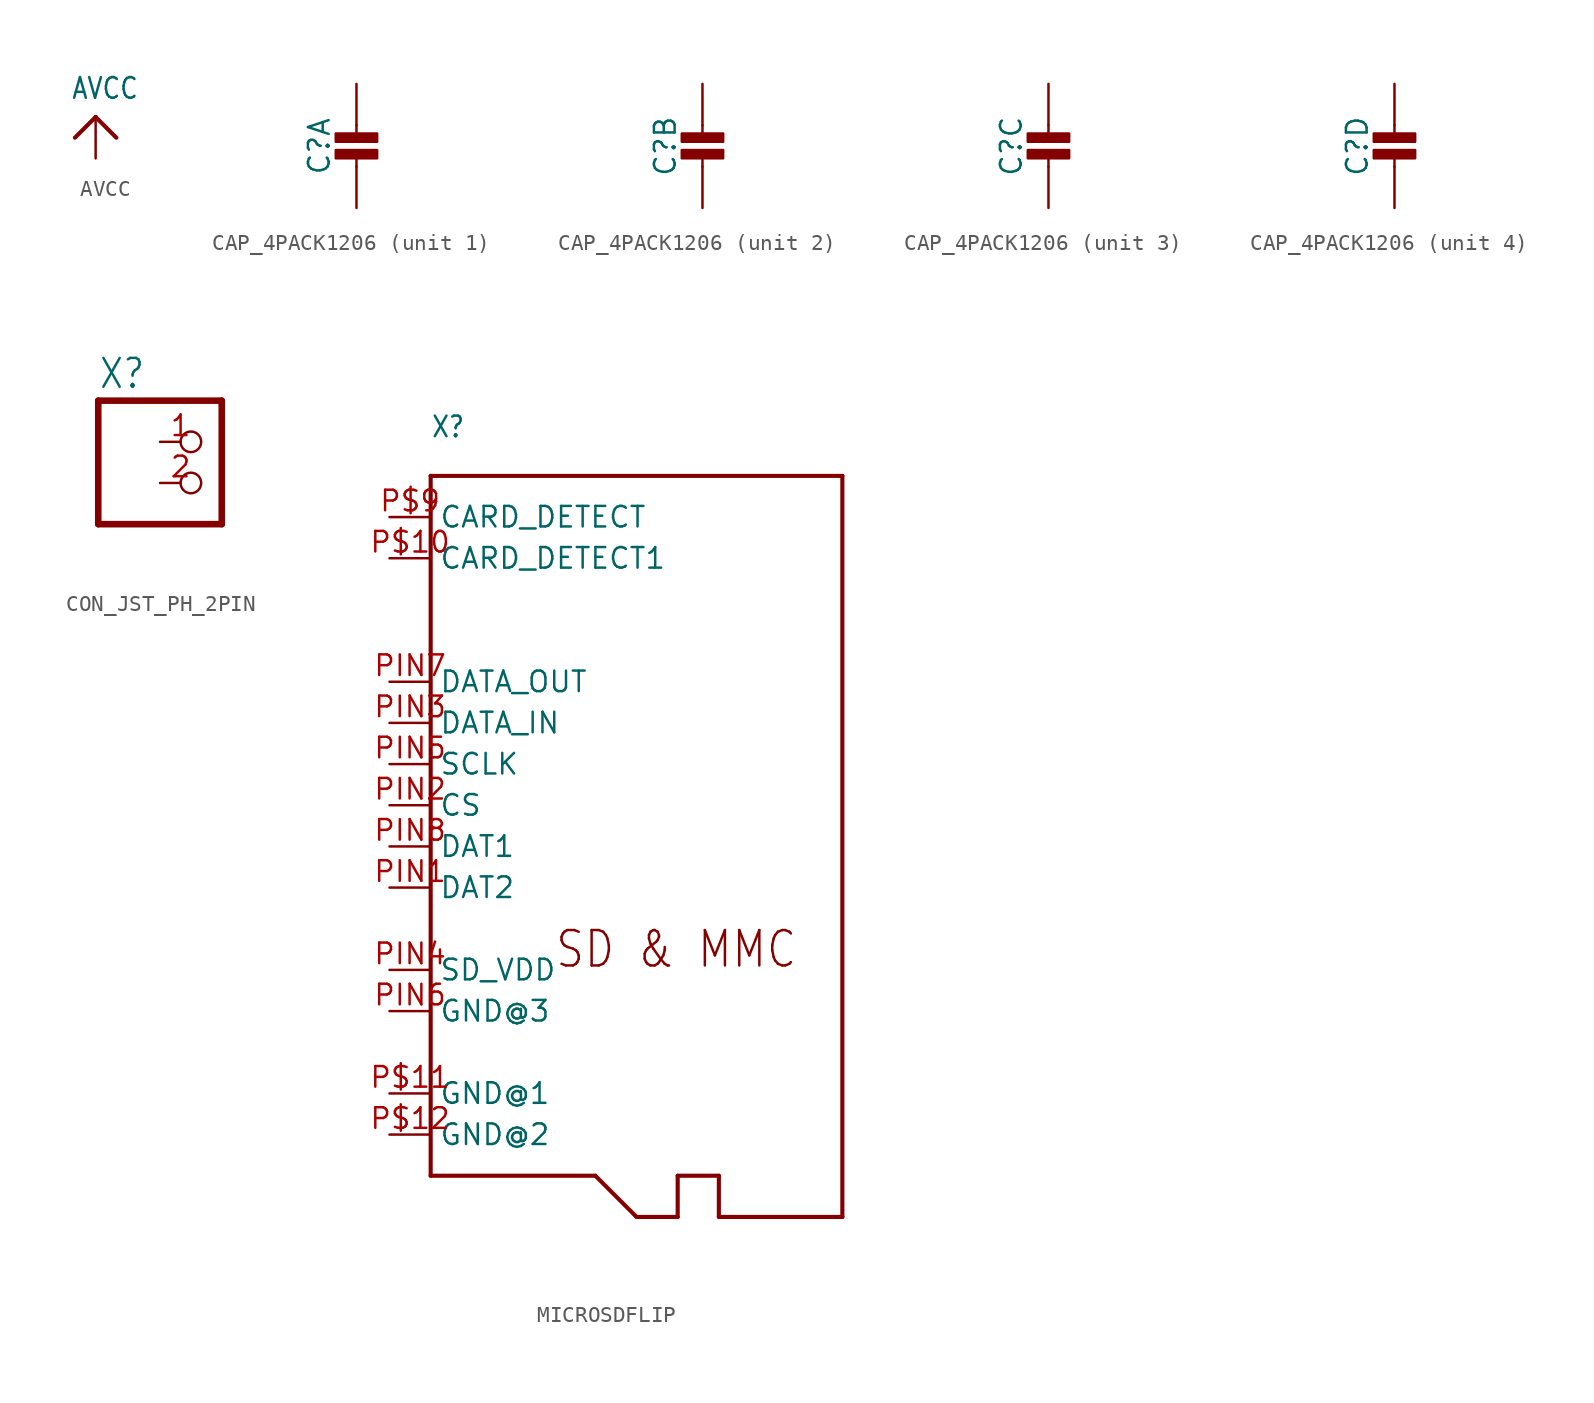
<source format=kicad_sym>
(kicad_symbol_lib
  (version 20220914)
  (generator kicad_symbol_editor)
  (symbol "AVCC"
    (power)
    (property "Reference" ""
      (at 0 0 0)
      (effects (font (size 1.27 1.27)) hide))
    (property "Value" "AVCC"
      (at -1.524 1.016 0)
      (effects (font (size 1.27 1.079)) (justify left bottom)))
    (property "ki_locked" ""
      (at 0 0 0)
      (effects (font (size 1.27 1.27))))
    (symbol "AVCC_1_0"
      (polyline (pts (xy -1.27 -1.27) (xy 0 0)) (stroke (width 0.254) (type solid)) (fill (type none)))
      (polyline (pts (xy 0 0) (xy 1.27 -1.27)) (stroke (width 0.254) (type solid)) (fill (type none)))
      (pin power_in line (at 0 -2.54 90) (length 2.54) (name "AVCC" (effects (font (size 0 0)))) (number "1" (effects (font (size 0 0)))))))
  (symbol "CAP_4PACK1206"
    (property "Reference" "C"
      (at -2.29 1.25 90)
      (effects (font (size 1.27 1.27))))
    (property "Value" ""
      (at 2.3 1.25 90)
      (effects (font (size 1.27 1.27))))
    (property "ki_locked" ""
      (at 0 0 0)
      (effects (font (size 1.27 1.27))))
    (symbol "CAP_4PACK1206_1_0"
      (rectangle (start -1.27 0.508) (end 1.27 1.016) (stroke (width 0) (type default)) (fill (type outline)))
      (rectangle (start -1.27 1.524) (end 1.27 2.032) (stroke (width 0) (type default)) (fill (type outline)))
      (polyline (pts (xy 0 0.762) (xy 0 0)) (stroke (width 0.152) (type solid)) (fill (type none)))
      (polyline (pts (xy 0 2.54) (xy 0 1.778)) (stroke (width 0.152) (type solid)) (fill (type none)))
      (pin passive line (at 0 5.08 270) (length 2.54) (name "1" (effects (font (size 0 0)))) (number "4" (effects (font (size 0 0)))))
      (pin passive line (at 0 -2.54 90) (length 2.54) (name "2" (effects (font (size 0 0)))) (number "5" (effects (font (size 0 0))))))
    (symbol "CAP_4PACK1206_2_0"
      (rectangle (start -1.27 0.508) (end 1.27 1.016) (stroke (width 0) (type default)) (fill (type outline)))
      (rectangle (start -1.27 1.524) (end 1.27 2.032) (stroke (width 0) (type default)) (fill (type outline)))
      (polyline (pts (xy 0 0.762) (xy 0 0)) (stroke (width 0.152) (type solid)) (fill (type none)))
      (polyline (pts (xy 0 2.54) (xy 0 1.778)) (stroke (width 0.152) (type solid)) (fill (type none)))
      (pin passive line (at 0 5.08 270) (length 2.54) (name "1" (effects (font (size 0 0)))) (number "3" (effects (font (size 0 0)))))
      (pin passive line (at 0 -2.54 90) (length 2.54) (name "2" (effects (font (size 0 0)))) (number "6" (effects (font (size 0 0))))))
    (symbol "CAP_4PACK1206_3_0"
      (rectangle (start -1.27 0.508) (end 1.27 1.016) (stroke (width 0) (type default)) (fill (type outline)))
      (rectangle (start -1.27 1.524) (end 1.27 2.032) (stroke (width 0) (type default)) (fill (type outline)))
      (polyline (pts (xy 0 0.762) (xy 0 0)) (stroke (width 0.152) (type solid)) (fill (type none)))
      (polyline (pts (xy 0 2.54) (xy 0 1.778)) (stroke (width 0.152) (type solid)) (fill (type none)))
      (pin passive line (at 0 5.08 270) (length 2.54) (name "1" (effects (font (size 0 0)))) (number "2" (effects (font (size 0 0)))))
      (pin passive line (at 0 -2.54 90) (length 2.54) (name "2" (effects (font (size 0 0)))) (number "7" (effects (font (size 0 0))))))
    (symbol "CAP_4PACK1206_4_0"
      (rectangle (start -1.27 0.508) (end 1.27 1.016) (stroke (width 0) (type default)) (fill (type outline)))
      (rectangle (start -1.27 1.524) (end 1.27 2.032) (stroke (width 0) (type default)) (fill (type outline)))
      (polyline (pts (xy 0 0.762) (xy 0 0)) (stroke (width 0.152) (type solid)) (fill (type none)))
      (polyline (pts (xy 0 2.54) (xy 0 1.778)) (stroke (width 0.152) (type solid)) (fill (type none)))
      (pin passive line (at 0 5.08 270) (length 2.54) (name "1" (effects (font (size 0 0)))) (number "1" (effects (font (size 0 0)))))
      (pin passive line (at 0 -2.54 90) (length 2.54) (name "2" (effects (font (size 0 0)))) (number "8" (effects (font (size 0 0)))))))
  (symbol "CON_JST_PH_2PIN"
    (property "Reference" "X"
      (at -6.35 5.715 0)
      (effects (font (size 1.778 1.511)) (justify left bottom)))
    (property "Value" ""
      (at -6.35 -5.08 0)
      (effects (font (size 1.778 1.511)) (justify left bottom)))
    (property "ki_locked" ""
      (at 0 0 0)
      (effects (font (size 1.27 1.27))))
    (symbol "CON_JST_PH_2PIN_1_0"
      (polyline (pts (xy -6.35 -2.54) (xy 1.27 -2.54)) (stroke (width 0.406) (type solid)) (fill (type none)))
      (polyline (pts (xy -6.35 5.08) (xy -6.35 -2.54)) (stroke (width 0.406) (type solid)) (fill (type none)))
      (polyline (pts (xy 1.27 -2.54) (xy 1.27 5.08)) (stroke (width 0.406) (type solid)) (fill (type none)))
      (polyline (pts (xy 1.27 5.08) (xy -6.35 5.08)) (stroke (width 0.406) (type solid)) (fill (type none)))
      (pin passive inverted (at -2.54 2.54 0) (length 2.54) (name "1" (effects (font (size 0 0)))) (number "1" (effects (font (size 1.27 1.27)))))
      (pin passive inverted (at -2.54 0 0) (length 2.54) (name "2" (effects (font (size 0 0)))) (number "2" (effects (font (size 1.27 1.27)))))))
  (symbol "MICROSDFLIP"
    (property "Reference" "X"
      (at -12.7 22.606 0)
      (effects (font (size 1.27 1.079)) (justify left bottom)))
    (property "Value" ""
      (at -12.7 20.828 0)
      (effects (font (size 1.27 1.079)) (justify left bottom)))
    (property "ki_locked" ""
      (at 0 0 0)
      (effects (font (size 1.27 1.27))))
    (symbol "MICROSDFLIP_1_0"
      (polyline (pts (xy -12.7 -22.86) (xy -2.54 -22.86)) (stroke (width 0.254) (type solid)) (fill (type none)))
      (polyline (pts (xy -12.7 20.32) (xy -12.7 -22.86)) (stroke (width 0.254) (type solid)) (fill (type none)))
      (polyline (pts (xy -2.54 -22.86) (xy 0 -25.4)) (stroke (width 0.254) (type solid)) (fill (type none)))
      (polyline (pts (xy 0 -25.4) (xy 2.54 -25.4)) (stroke (width 0.254) (type solid)) (fill (type none)))
      (polyline (pts (xy 2.54 -25.4) (xy 2.54 -22.86)) (stroke (width 0.254) (type solid)) (fill (type none)))
      (polyline (pts (xy 2.54 -22.86) (xy 5.08 -22.86)) (stroke (width 0.254) (type solid)) (fill (type none)))
      (polyline (pts (xy 5.08 -25.4) (xy 12.7 -25.4)) (stroke (width 0.254) (type solid)) (fill (type none)))
      (polyline (pts (xy 5.08 -22.86) (xy 5.08 -25.4)) (stroke (width 0.254) (type solid)) (fill (type none)))
      (polyline (pts (xy 12.7 -25.4) (xy 12.7 20.32)) (stroke (width 0.254) (type solid)) (fill (type none)))
      (polyline (pts (xy 12.7 20.32) (xy -12.7 20.32)) (stroke (width 0.254) (type solid)) (fill (type none)))
      (text "SD & MMC" (at -5.08 -10.16 0) (effects (font (size 2.184 1.857)) (justify left bottom)))
      (pin passive line (at -15.24 15.24 0) (length 2.54) (name "CARD_DETECT1" (effects (font (size 1.27 1.27)))) (number "P$10" (effects (font (size 1.27 1.27)))))
      (pin power_in line (at -15.24 -17.78 0) (length 2.54) (name "GND@1" (effects (font (size 1.27 1.27)))) (number "P$11" (effects (font (size 1.27 1.27)))))
      (pin power_in line (at -15.24 -20.32 0) (length 2.54) (name "GND@2" (effects (font (size 1.27 1.27)))) (number "P$12" (effects (font (size 1.27 1.27)))))
      (pin passive line (at -15.24 17.78 0) (length 2.54) (name "CARD_DETECT" (effects (font (size 1.27 1.27)))) (number "P$9" (effects (font (size 1.27 1.27)))))
      (pin bidirectional line (at -15.24 -5.08 0) (length 2.54) (name "DAT2" (effects (font (size 1.27 1.27)))) (number "PIN1" (effects (font (size 1.27 1.27)))))
      (pin input line (at -15.24 0 0) (length 2.54) (name "CS" (effects (font (size 1.27 1.27)))) (number "PIN2" (effects (font (size 1.27 1.27)))))
      (pin input line (at -15.24 5.08 0) (length 2.54) (name "DATA_IN" (effects (font (size 1.27 1.27)))) (number "PIN3" (effects (font (size 1.27 1.27)))))
      (pin power_in line (at -15.24 -10.16 0) (length 2.54) (name "SD_VDD" (effects (font (size 1.27 1.27)))) (number "PIN4" (effects (font (size 1.27 1.27)))))
      (pin input line (at -15.24 2.54 0) (length 2.54) (name "SCLK" (effects (font (size 1.27 1.27)))) (number "PIN5" (effects (font (size 1.27 1.27)))))
      (pin power_in line (at -15.24 -12.7 0) (length 2.54) (name "GND@3" (effects (font (size 1.27 1.27)))) (number "PIN6" (effects (font (size 1.27 1.27)))))
      (pin output line (at -15.24 7.62 0) (length 2.54) (name "DATA_OUT" (effects (font (size 1.27 1.27)))) (number "PIN7" (effects (font (size 1.27 1.27)))))
      (pin bidirectional line (at -15.24 -2.54 0) (length 2.54) (name "DAT1" (effects (font (size 1.27 1.27)))) (number "PIN8" (effects (font (size 1.27 1.27))))))))
</source>
